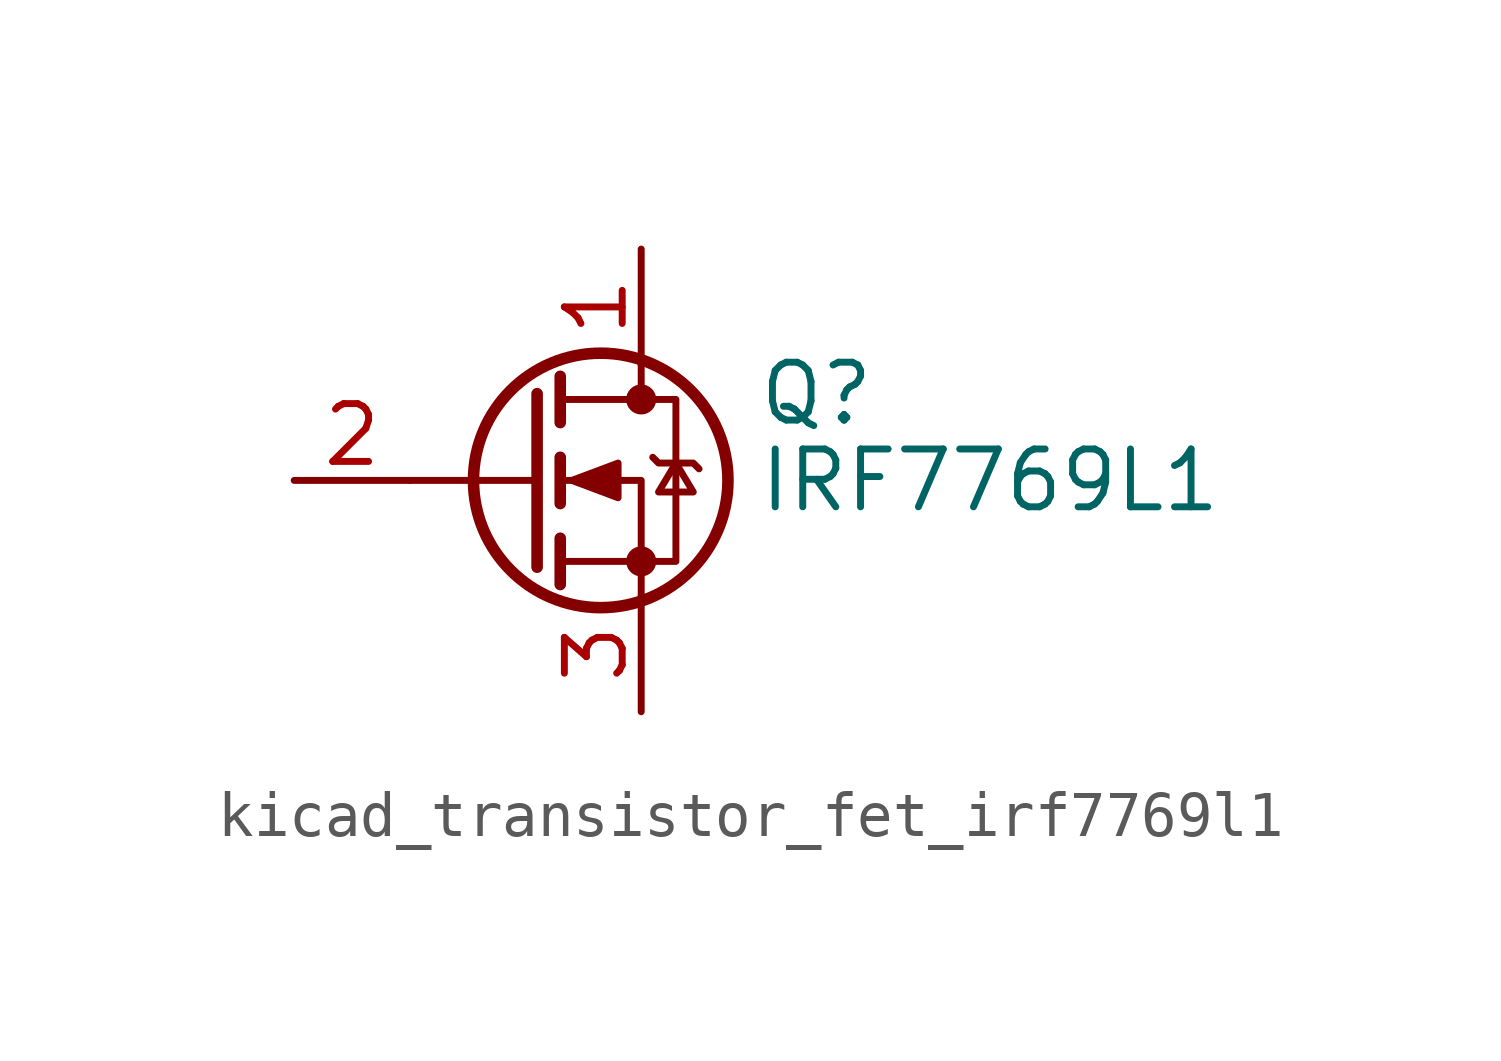
<source format=kicad_sym>
(kicad_symbol_lib
  (version 20220914)
  (generator kicad_symbol_editor)
  (symbol "kicad_transistor_fet_irf7769l1"
    (pin_names hide)
    (property "Reference" "Q"
      (at 5.08 1.905 0)
      (effects (font (size 1.27 1.27)) (justify left)))
    (property "Value" "IRF7769L1"
      (at 5.08 0 0)
      (effects (font (size 1.27 1.27)) (justify left)))
    (symbol "kicad_transistor_fet_irf7769l1_0_1"
      (polyline (pts (xy 0.254 0) (xy -2.54 0)) (stroke (width 0) (type default)) (fill (type none)))
      (polyline (pts (xy 0.254 1.905) (xy 0.254 -1.905)) (stroke (width 0.254) (type default)) (fill (type none)))
      (polyline (pts (xy 0.762 -1.27) (xy 0.762 -2.286)) (stroke (width 0.254) (type default)) (fill (type none)))
      (polyline (pts (xy 0.762 0.508) (xy 0.762 -0.508)) (stroke (width 0.254) (type default)) (fill (type none)))
      (polyline (pts (xy 0.762 2.286) (xy 0.762 1.27)) (stroke (width 0.254) (type default)) (fill (type none)))
      (polyline (pts (xy 2.54 2.54) (xy 2.54 1.778)) (stroke (width 0) (type default)) (fill (type none)))
      (polyline (pts (xy 2.54 -2.54) (xy 2.54 0) (xy 0.762 0)) (stroke (width 0) (type default)) (fill (type none)))
      (polyline (pts (xy 0.762 -1.778) (xy 3.302 -1.778) (xy 3.302 1.778) (xy 0.762 1.778)) (stroke (width 0) (type default)) (fill (type none)))
      (polyline (pts (xy 1.016 0) (xy 2.032 0.381) (xy 2.032 -0.381) (xy 1.016 0)) (stroke (width 0) (type default)) (fill (type outline)))
      (polyline (pts (xy 2.794 0.508) (xy 2.921 0.381) (xy 3.683 0.381) (xy 3.81 0.254)) (stroke (width 0) (type default)) (fill (type none)))
      (polyline (pts (xy 3.302 0.381) (xy 2.921 -0.254) (xy 3.683 -0.254) (xy 3.302 0.381)) (stroke (width 0) (type default)) (fill (type none)))
      (circle (center 1.651 0) (radius 2.794) (stroke (width 0.254) (type default)) (fill (type none)))
      (circle (center 2.54 -1.778) (radius 0.254) (stroke (width 0) (type default)) (fill (type outline)))
      (circle (center 2.54 1.778) (radius 0.254) (stroke (width 0) (type default)) (fill (type outline))))
    (symbol "kicad_transistor_fet_irf7769l1_1_1"
      (pin passive line (at 2.54 5.08 270) (length 2.54) (name "D" (effects (font (size 1.27 1.27)))) (number "1" (effects (font (size 1.27 1.27)))))
      (pin input line (at -5.08 0 0) (length 2.54) (name "G" (effects (font (size 1.27 1.27)))) (number "2" (effects (font (size 1.27 1.27)))))
      (pin passive line (at 2.54 -5.08 90) (length 2.54) (name "S" (effects (font (size 1.27 1.27)))) (number "3" (effects (font (size 1.27 1.27))))))))
</source>
